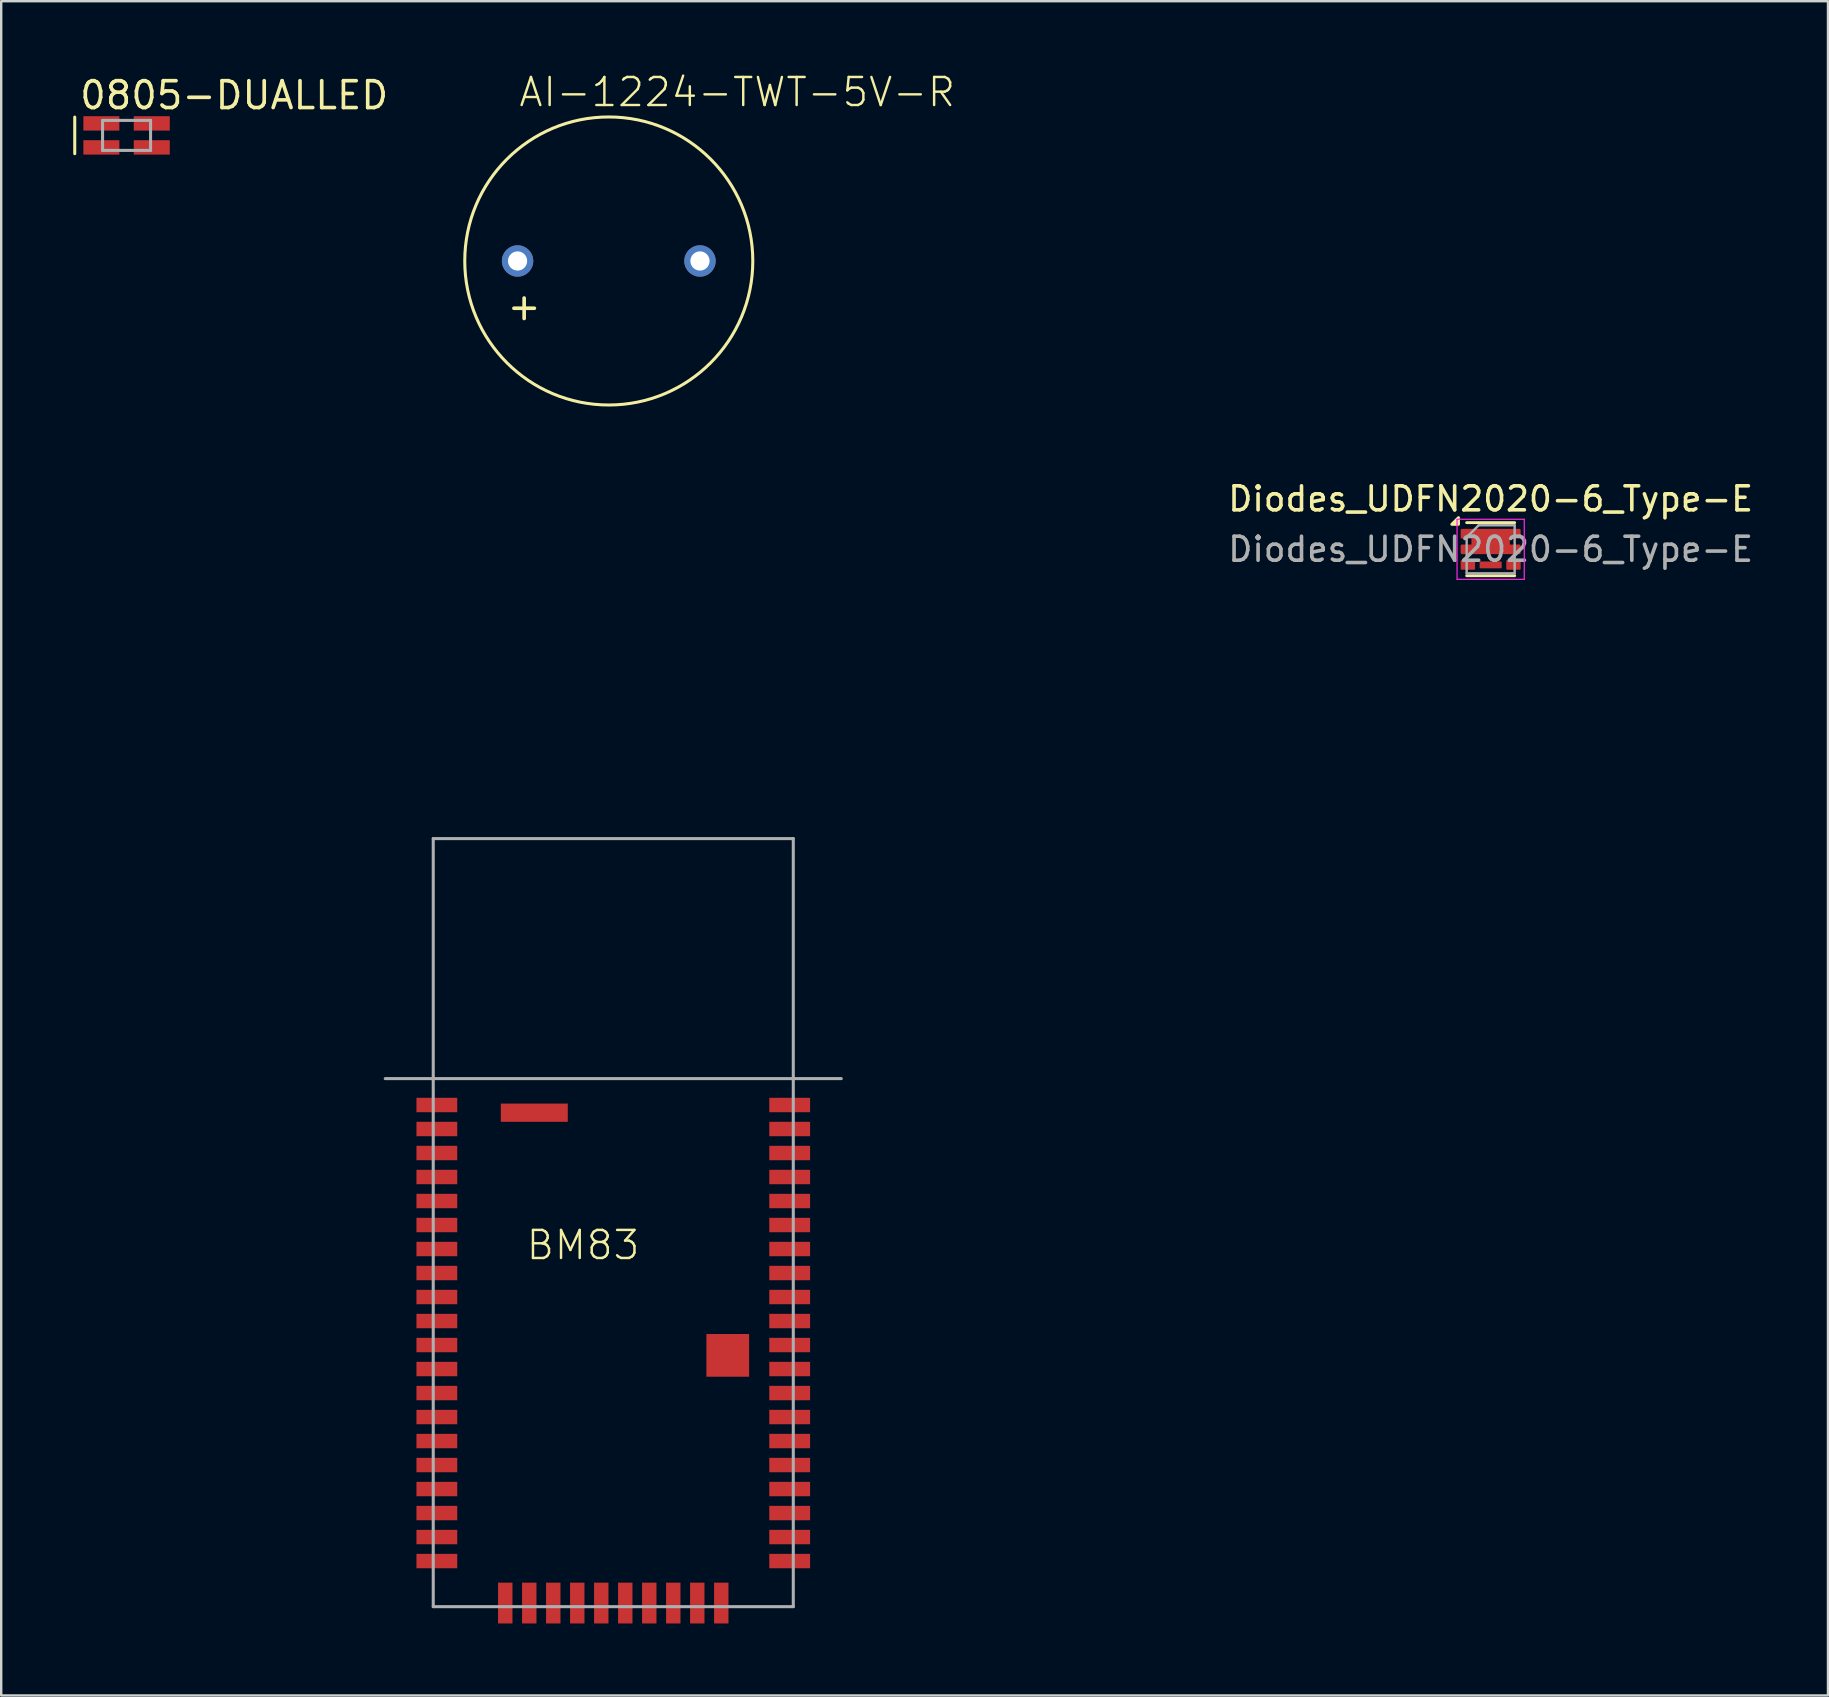
<source format=kicad_pcb>
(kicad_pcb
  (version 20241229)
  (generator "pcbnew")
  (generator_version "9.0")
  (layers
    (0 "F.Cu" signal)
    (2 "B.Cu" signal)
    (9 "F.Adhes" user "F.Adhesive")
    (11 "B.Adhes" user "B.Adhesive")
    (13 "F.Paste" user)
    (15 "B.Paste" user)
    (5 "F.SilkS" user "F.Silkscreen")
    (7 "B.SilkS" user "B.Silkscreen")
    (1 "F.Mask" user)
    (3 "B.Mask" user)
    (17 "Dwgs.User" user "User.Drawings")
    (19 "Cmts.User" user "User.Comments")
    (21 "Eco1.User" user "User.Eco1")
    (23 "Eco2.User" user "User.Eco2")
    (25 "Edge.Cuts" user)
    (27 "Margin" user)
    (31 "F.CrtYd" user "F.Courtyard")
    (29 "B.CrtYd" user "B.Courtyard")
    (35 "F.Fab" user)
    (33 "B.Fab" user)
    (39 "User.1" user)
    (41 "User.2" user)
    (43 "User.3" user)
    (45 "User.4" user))
  (footprint "AI-1224-TWT-5V-R"
    (layer "F.Cu")
    (at 22.313 7.823)
    (property "Reference" "AI-1224-TWT-5V-R" (at -3.81 -6.35 0) (layer "F.SilkS") (effects (font (size 1.168 1.168) (thickness 0.102)) (justify left bottom)))
    (fp_circle (center 0 0) (end 6 0) (stroke (width 0.127) (type solid)) (fill no) (layer "F.SilkS"))
    (fp_text user "+" (at -4.318 2.54 0) (layer "F.SilkS") (effects (font (size 1.118 1.118) (thickness 0.152)) (justify left bottom)))
    (pad "+" thru_hole circle (at -3.8 0) (size 1.308 1.308) (drill 0.8) (layers "*.Cu" "*.Mask"))
    (pad "-" thru_hole circle (at 3.8 0) (size 1.308 1.308) (drill 0.8) (layers "*.Cu" "*.Mask")))
  (footprint "0805-DUALLED"
    (layer "F.Cu")
    (at 2.223 2.591)
    (property "Reference" "0805-DUALLED" (at -2.032 -1.016 0) (layer "F.SilkS") (effects (font (size 1.118 1.118) (thickness 0.152)) (justify left bottom)))
    (fp_line (start -2.159 -0.762) (end -2.159 0.762) (stroke (width 0.127) (type solid)) (layer "F.SilkS"))
    (fp_line (start -1 -0.625) (end 1 -0.625) (stroke (width 0.127) (type solid)) (layer "F.Fab"))
    (fp_line (start -1 0.625) (end -1 -0.625) (stroke (width 0.127) (type solid)) (layer "F.Fab"))
    (fp_line (start 1 -0.625) (end 1 0.625) (stroke (width 0.127) (type solid)) (layer "F.Fab"))
    (fp_line (start 1 0.625) (end -1 0.625) (stroke (width 0.127) (type solid)) (layer "F.Fab"))
    (pad "A1" smd rect (at 1.05 -0.5) (size 1.5 0.6) (layers "F.Cu" "F.Mask" "F.Paste"))
    (pad "A2" smd rect (at 1.05 0.5) (size 1.5 0.6) (layers "F.Cu" "F.Mask" "F.Paste"))
    (pad "K1" smd rect (at -1.05 -0.5) (size 1.5 0.6) (layers "F.Cu" "F.Mask" "F.Paste"))
    (pad "K2" smd rect (at -1.05 0.5) (size 1.5 0.6) (layers "F.Cu" "F.Mask" "F.Paste")))
  (footprint "BM83"
    (layer "F.Cu")
    (at 15 41.887)
    (property "Reference" "BM83" (at 3.81 7.62 0) (layer "F.SilkS") (effects (font (size 1.168 1.168) (thickness 0.102)) (justify left bottom)))
    (fp_line (start -2 0) (end 0 0) (stroke (width 0.127) (type solid)) (layer "F.Fab"))
    (fp_line (start 0 -10) (end 15 -10) (stroke (width 0.127) (type solid)) (layer "F.Fab"))
    (fp_line (start 0 0) (end 0 -10) (stroke (width 0.127) (type solid)) (layer "F.Fab"))
    (fp_line (start 0 0) (end 0 22) (stroke (width 0.127) (type solid)) (layer "F.Fab"))
    (fp_line (start 0 0) (end 15 0) (stroke (width 0.127) (type solid)) (layer "F.Fab"))
    (fp_line (start 0 22) (end 15 22) (stroke (width 0.127) (type solid)) (layer "F.Fab"))
    (fp_line (start 15 -10) (end 15 0) (stroke (width 0.127) (type solid)) (layer "F.Fab"))
    (fp_line (start 15 0) (end 17 0) (stroke (width 0.127) (type solid)) (layer "F.Fab"))
    (fp_line (start 15 22) (end 15 0) (stroke (width 0.127) (type solid)) (layer "F.Fab"))
    (pad "1" smd rect (at 0.15 1.1) (size 1.7 0.6) (layers "F.Cu" "F.Mask" "F.Paste"))
    (pad "2" smd rect (at 0.15 2.1) (size 1.7 0.6) (layers "F.Cu" "F.Mask" "F.Paste"))
    (pad "3" smd rect (at 0.15 3.1) (size 1.7 0.6) (layers "F.Cu" "F.Mask" "F.Paste"))
    (pad "4" smd rect (at 0.15 4.1) (size 1.7 0.6) (layers "F.Cu" "F.Mask" "F.Paste"))
    (pad "5" smd rect (at 0.15 5.1) (size 1.7 0.6) (layers "F.Cu" "F.Mask" "F.Paste"))
    (pad "6" smd rect (at 0.15 6.1) (size 1.7 0.6) (layers "F.Cu" "F.Mask" "F.Paste"))
    (pad "7" smd rect (at 0.15 7.1) (size 1.7 0.6) (layers "F.Cu" "F.Mask" "F.Paste"))
    (pad "8" smd rect (at 0.15 8.1) (size 1.7 0.6) (layers "F.Cu" "F.Mask" "F.Paste"))
    (pad "9" smd rect (at 0.15 9.1) (size 1.7 0.6) (layers "F.Cu" "F.Mask" "F.Paste"))
    (pad "10" smd rect (at 0.15 10.1) (size 1.7 0.6) (layers "F.Cu" "F.Mask" "F.Paste"))
    (pad "11" smd rect (at 0.15 11.1) (size 1.7 0.6) (layers "F.Cu" "F.Mask" "F.Paste"))
    (pad "12" smd rect (at 0.15 12.1) (size 1.7 0.6) (layers "F.Cu" "F.Mask" "F.Paste"))
    (pad "13" smd rect (at 0.15 13.1) (size 1.7 0.6) (layers "F.Cu" "F.Mask" "F.Paste"))
    (pad "14" smd rect (at 0.15 14.1) (size 1.7 0.6) (layers "F.Cu" "F.Mask" "F.Paste"))
    (pad "15" smd rect (at 0.15 15.1) (size 1.7 0.6) (layers "F.Cu" "F.Mask" "F.Paste"))
    (pad "16" smd rect (at 0.15 16.1) (size 1.7 0.6) (layers "F.Cu" "F.Mask" "F.Paste"))
    (pad "17" smd rect (at 0.15 17.1) (size 1.7 0.6) (layers "F.Cu" "F.Mask" "F.Paste"))
    (pad "18" smd rect (at 0.15 18.1) (size 1.7 0.6) (layers "F.Cu" "F.Mask" "F.Paste"))
    (pad "19" smd rect (at 0.15 19.1) (size 1.7 0.6) (layers "F.Cu" "F.Mask" "F.Paste"))
    (pad "20" smd rect (at 0.15 20.1) (size 1.7 0.6) (layers "F.Cu" "F.Mask" "F.Paste"))
    (pad "21" smd rect (at 3 21.85 90) (size 1.7 0.6) (layers "F.Cu" "F.Mask" "F.Paste"))
    (pad "22" smd rect (at 4 21.85 90) (size 1.7 0.6) (layers "F.Cu" "F.Mask" "F.Paste"))
    (pad "23" smd rect (at 5 21.85 90) (size 1.7 0.6) (layers "F.Cu" "F.Mask" "F.Paste"))
    (pad "24" smd rect (at 6 21.85 90) (size 1.7 0.6) (layers "F.Cu" "F.Mask" "F.Paste"))
    (pad "25" smd rect (at 7 21.85 90) (size 1.7 0.6) (layers "F.Cu" "F.Mask" "F.Paste"))
    (pad "26" smd rect (at 8 21.85 90) (size 1.7 0.6) (layers "F.Cu" "F.Mask" "F.Paste"))
    (pad "27" smd rect (at 9 21.85 90) (size 1.7 0.6) (layers "F.Cu" "F.Mask" "F.Paste"))
    (pad "28" smd rect (at 10 21.85 90) (size 1.7 0.6) (layers "F.Cu" "F.Mask" "F.Paste"))
    (pad "29" smd rect (at 11 21.85 90) (size 1.7 0.6) (layers "F.Cu" "F.Mask" "F.Paste"))
    (pad "30" smd rect (at 12 21.85 90) (size 1.7 0.6) (layers "F.Cu" "F.Mask" "F.Paste"))
    (pad "31" smd rect (at 14.85 20.1 180) (size 1.7 0.6) (layers "F.Cu" "F.Mask" "F.Paste"))
    (pad "32" smd rect (at 14.85 19.1 180) (size 1.7 0.6) (layers "F.Cu" "F.Mask" "F.Paste"))
    (pad "33" smd rect (at 14.85 18.1 180) (size 1.7 0.6) (layers "F.Cu" "F.Mask" "F.Paste"))
    (pad "34" smd rect (at 14.85 17.1 180) (size 1.7 0.6) (layers "F.Cu" "F.Mask" "F.Paste"))
    (pad "35" smd rect (at 14.85 16.1 180) (size 1.7 0.6) (layers "F.Cu" "F.Mask" "F.Paste"))
    (pad "36" smd rect (at 14.85 15.1 180) (size 1.7 0.6) (layers "F.Cu" "F.Mask" "F.Paste"))
    (pad "37" smd rect (at 14.85 14.1 180) (size 1.7 0.6) (layers "F.Cu" "F.Mask" "F.Paste"))
    (pad "38" smd rect (at 14.85 13.1 180) (size 1.7 0.6) (layers "F.Cu" "F.Mask" "F.Paste"))
    (pad "39" smd rect (at 14.85 12.1 180) (size 1.7 0.6) (layers "F.Cu" "F.Mask" "F.Paste"))
    (pad "40" smd rect (at 14.85 11.1 180) (size 1.7 0.6) (layers "F.Cu" "F.Mask" "F.Paste"))
    (pad "41" smd rect (at 14.85 10.1 180) (size 1.7 0.6) (layers "F.Cu" "F.Mask" "F.Paste"))
    (pad "42" smd rect (at 14.85 9.1 180) (size 1.7 0.6) (layers "F.Cu" "F.Mask" "F.Paste"))
    (pad "43" smd rect (at 14.85 8.1 180) (size 1.7 0.6) (layers "F.Cu" "F.Mask" "F.Paste"))
    (pad "44" smd rect (at 14.85 7.1 180) (size 1.7 0.6) (layers "F.Cu" "F.Mask" "F.Paste"))
    (pad "45" smd rect (at 14.85 6.1 180) (size 1.7 0.6) (layers "F.Cu" "F.Mask" "F.Paste"))
    (pad "46" smd rect (at 14.85 5.1 180) (size 1.7 0.6) (layers "F.Cu" "F.Mask" "F.Paste"))
    (pad "47" smd rect (at 14.85 4.1 180) (size 1.7 0.6) (layers "F.Cu" "F.Mask" "F.Paste"))
    (pad "48" smd rect (at 14.85 3.1 180) (size 1.7 0.6) (layers "F.Cu" "F.Mask" "F.Paste"))
    (pad "49" smd rect (at 14.85 2.1 180) (size 1.7 0.6) (layers "F.Cu" "F.Mask" "F.Paste"))
    (pad "50" smd rect (at 14.85 1.1 180) (size 1.7 0.6) (layers "F.Cu" "F.Mask" "F.Paste"))
    (pad "G1" smd rect (at 4.21 1.42 180) (size 2.79 0.76) (layers "F.Cu" "F.Mask" "F.Paste"))
    (pad "G2" smd rect (at 12.27 11.53) (size 1.78 1.78) (layers "F.Cu" "F.Mask" "F.Paste"))
    (zone (net_name "") (layer "F.Cu") (hatch edge 0.5) (connect_pads) (min_thickness 0.25) (filled_areas_thickness no) (keepout (tracks not_allowed) (vias not_allowed) (pads not_allowed) (copperpour not_allowed) (footprints allowed)) (placement (enabled no)) (fill) (polygon (pts (xy 0 41.887) (xy 45 41.887) (xy 45 16.887) (xy 0 16.887))))
    (zone (net_name "") (layer "F.Cu") (hatch edge 0.5) (connect_pads) (min_thickness 0.25) (filled_areas_thickness no) (keepout (tracks not_allowed) (vias not_allowed) (pads not_allowed) (copperpour not_allowed) (footprints allowed)) (placement (enabled no)) (fill) (polygon (pts (xy 23.9 45.887) (xy 28.9 45.887) (xy 28.9 41.887) (xy 23.9 41.887))))
    (zone (net_name "") (layer "B.Cu") (hatch edge 0.5) (connect_pads) (min_thickness 0.25) (filled_areas_thickness no) (keepout (tracks not_allowed) (vias not_allowed) (pads not_allowed) (copperpour not_allowed) (footprints allowed)) (placement (enabled no)) (fill) (polygon (pts (xy 0 41.887) (xy 45 41.887) (xy 45 16.887) (xy 0 16.887))))
    (zone (net_name "") (layer "B.Cu") (hatch edge 0.5) (connect_pads) (min_thickness 0.25) (filled_areas_thickness no) (keepout (tracks not_allowed) (vias not_allowed) (pads not_allowed) (copperpour not_allowed) (footprints allowed)) (placement (enabled no)) (fill) (polygon (pts (xy 23.9 45.887) (xy 28.9 45.887) (xy 28.9 41.887) (xy 23.9 41.887)))))
  (footprint "Diodes_UDFN2020-6_Type-E"
    (layer "F.Cu")
    (at 59.054 19.835)
    (property "Reference" "Diodes_UDFN2020-6_Type-E" (at 0 -2.1 0) (layer "F.SilkS") (effects (font (size 1 1) (thickness 0.15))))
    (attr smd)
    (fp_line (start 1 -1.11) (end -1 -1.11) (stroke (width 0.12) (type solid)) (layer "F.SilkS"))
    (fp_line (start 1 1.1) (end -1 1.1) (stroke (width 0.12) (type solid)) (layer "F.SilkS"))
    (fp_poly (pts (xy -1.34 -1.04) (xy -1.62 -1.04) (xy -1.34 -1.32) (xy -1.34 -1.04)) (stroke (width 0.12) (type solid)) (fill yes) (layer "F.SilkS"))
    (fp_line (start -1.4 -1.25) (end -1.4 1.25) (stroke (width 0.05) (type solid)) (layer "F.CrtYd"))
    (fp_line (start -1.4 1.25) (end 1.4 1.25) (stroke (width 0.05) (type solid)) (layer "F.CrtYd"))
    (fp_line (start 1.4 -1.25) (end -1.4 -1.25) (stroke (width 0.05) (type solid)) (layer "F.CrtYd"))
    (fp_line (start 1.4 1.25) (end 1.4 -1.25) (stroke (width 0.05) (type solid)) (layer "F.CrtYd"))
    (fp_line (start -1 1) (end -1 -0.5) (stroke (width 0.1) (type solid)) (layer "F.Fab"))
    (fp_line (start -0.5 -1) (end -1 -0.5) (stroke (width 0.1) (type solid)) (layer "F.Fab"))
    (fp_line (start -0.5 -1) (end 1 -1) (stroke (width 0.1) (type solid)) (layer "F.Fab"))
    (fp_line (start 1 -1) (end 1 1) (stroke (width 0.1) (type solid)) (layer "F.Fab"))
    (fp_line (start 1 1) (end -1 1) (stroke (width 0.1) (type solid)) (layer "F.Fab"))
    (fp_text user "${REFERENCE}" (at 0 0 0) (layer "F.Fab") (effects (font (size 1 1) (thickness 0.15))))
    (pad "1" smd custom (at 0 -0.325) (size 1.15 0.95) (layers "F.Cu" "F.Mask" "F.Paste") (options (anchor rect)) (primitives (gr_rect (start -0.75 -0.475) (end 0.75 0.475) (width 0.1) (fill yes)) (gr_rect (start -1.2 0.175) (end -0.575 0.475) (width 0.1) (fill yes)) (gr_rect (start -1.2 -0.475) (end -0.575 -0.175) (width 0.1) (fill yes)) (gr_rect (start 0.575 -0.475) (end 1.2 -0.175) (width 0.1) (fill yes)) (gr_rect (start 0.575 0.175) (end 1.2 0.475) (width 0.1) (fill yes))))
    (pad "2" smd roundrect (at -0.95 0.65) (size 0.6 0.4) (layers "F.Cu" "F.Mask" "F.Paste") (roundrect_rratio 0.1))
    (pad "3" smd roundrect (at 0 0.65) (size 0.92 0.285) (layers "F.Cu" "F.Mask" "F.Paste") (roundrect_rratio 0.1))
    (pad "3" smd roundrect (at 0.95 0.65) (size 0.6 0.4) (layers "F.Cu" "F.Mask" "F.Paste") (roundrect_rratio 0.1)))
  (gr_rect
    (start -3 -3)
    (end 73.107 67.587)
    (stroke (width 0.1) (type default))
    (fill no)
    (layer "Edge.Cuts")))
</source>
